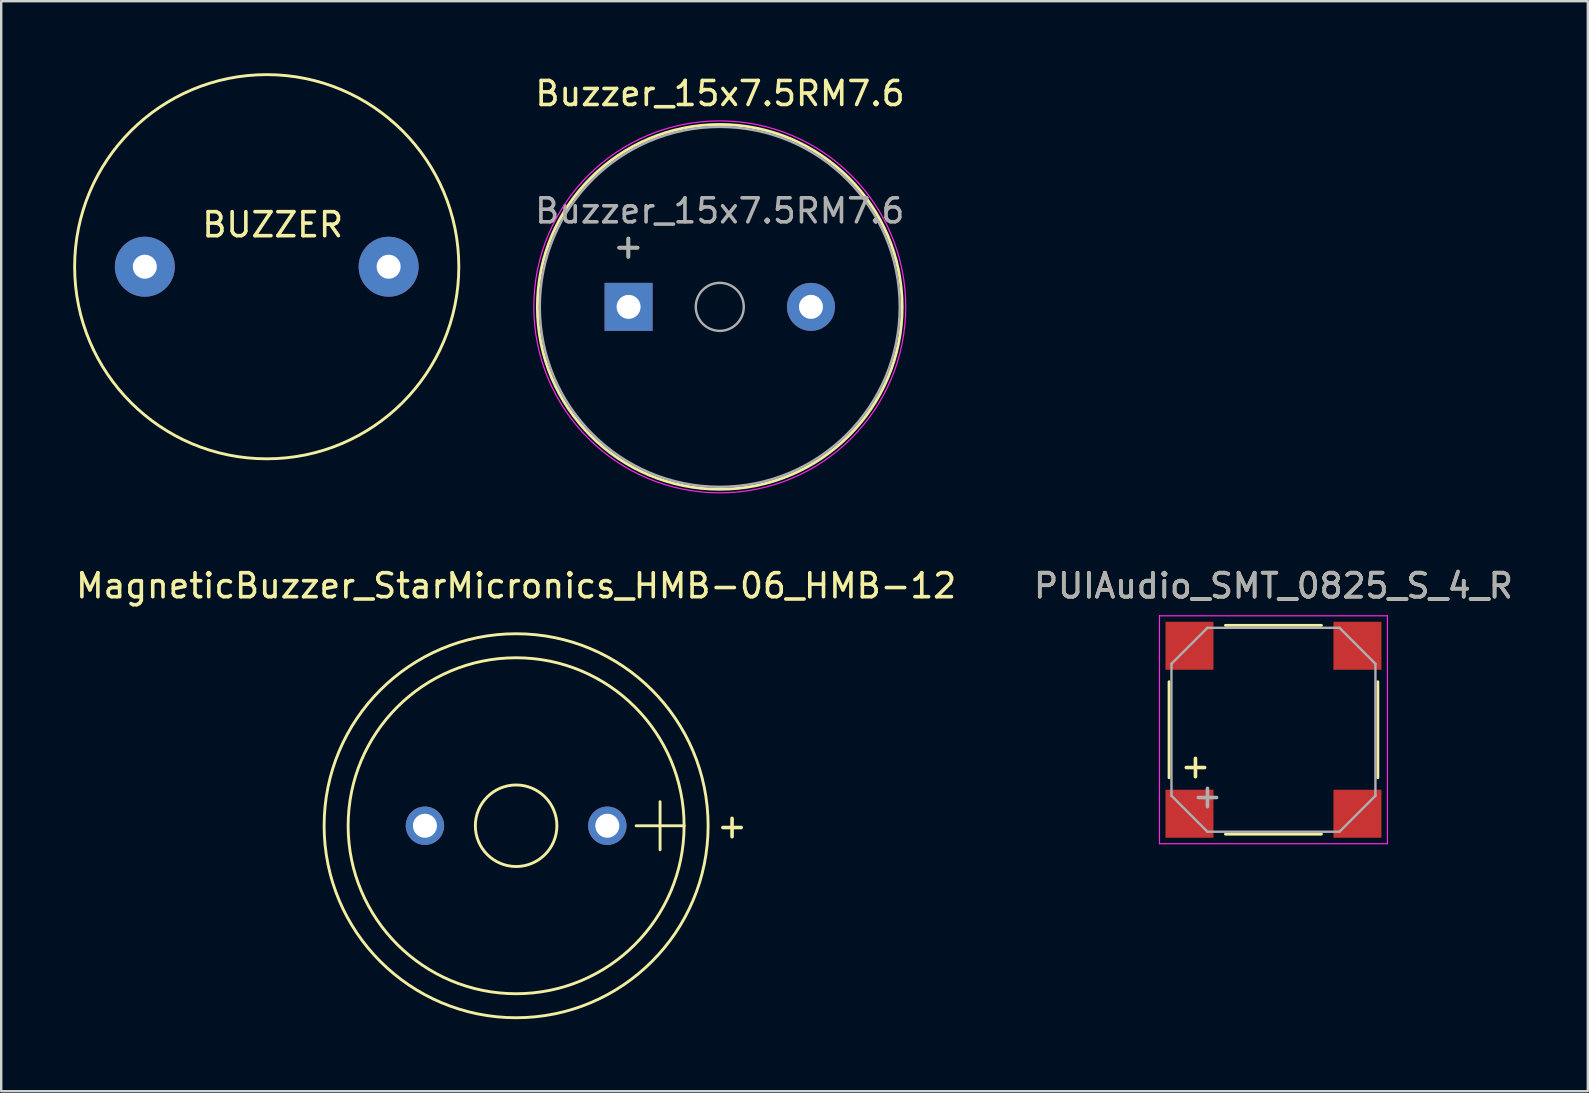
<source format=kicad_pcb>
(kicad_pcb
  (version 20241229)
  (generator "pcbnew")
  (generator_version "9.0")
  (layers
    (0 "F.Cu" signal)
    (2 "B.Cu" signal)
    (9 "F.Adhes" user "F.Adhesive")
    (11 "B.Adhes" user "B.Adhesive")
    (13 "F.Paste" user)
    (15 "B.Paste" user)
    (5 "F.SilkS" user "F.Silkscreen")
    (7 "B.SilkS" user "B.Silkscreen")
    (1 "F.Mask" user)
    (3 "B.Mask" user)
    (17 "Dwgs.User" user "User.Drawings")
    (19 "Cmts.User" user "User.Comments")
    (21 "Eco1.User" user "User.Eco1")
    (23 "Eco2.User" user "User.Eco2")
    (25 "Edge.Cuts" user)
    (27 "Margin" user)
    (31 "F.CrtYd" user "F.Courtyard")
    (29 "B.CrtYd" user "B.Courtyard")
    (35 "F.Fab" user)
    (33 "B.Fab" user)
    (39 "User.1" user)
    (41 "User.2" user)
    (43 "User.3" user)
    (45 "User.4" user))
  (footprint "MagneticBuzzer_StarMicronics_HMB-06_HMB-12"
    (layer "F.Cu")
    (at 14.648 31.361)
    (property "Reference" "MagneticBuzzer_StarMicronics_HMB-06_HMB-12" (at 3.81 -10 0) (layer "F.SilkS") (effects (font (size 1 1) (thickness 0.15))))
    (attr through_hole)
    (fp_line (start 8.811 0) (end 10.81 0) (stroke (width 0.12) (type solid)) (layer "F.SilkS"))
    (fp_line (start 9.809 -1.001) (end 9.809 1.001) (stroke (width 0.12) (type solid)) (layer "F.SilkS"))
    (fp_circle (center 3.81 0) (end 5.509 0) (stroke (width 0.12) (type solid)) (fill no) (layer "F.SilkS"))
    (fp_circle (center 3.81 0) (end 10.81 0) (stroke (width 0.12) (type solid)) (fill no) (layer "F.SilkS"))
    (fp_circle (center 3.81 0) (end 11.811 0) (stroke (width 0.12) (type solid)) (fill no) (layer "F.SilkS"))
    (fp_text user "+" (at 12.809 0 0) (layer "F.SilkS") (effects (font (size 1 1) (thickness 0.15))))
    (pad "1" thru_hole circle (at 0.01 0) (size 1.6 1.6) (drill 1.001) (layers "*.Cu" "*.Mask"))
    (pad "2" thru_hole circle (at 7.61 0) (size 1.6 1.6) (drill 1.001) (layers "*.Cu" "*.Mask")))
  (footprint "PUIAudio_SMT_0825_S_4_R"
    (layer "F.Cu")
    (at 50.018 27.361)
    (property "Reference" "PUIAudio_SMT_0825_S_4_R" (at 0 -6 0) (layer "F.SilkS") (effects (font (size 1 1) (thickness 0.15))))
    (attr smd)
    (fp_line (start -4.35 -2) (end -4.35 2) (stroke (width 0.12) (type solid)) (layer "F.SilkS"))
    (fp_line (start -2 4.35) (end 2 4.35) (stroke (width 0.12) (type solid)) (layer "F.SilkS"))
    (fp_line (start 2 -4.35) (end -2 -4.35) (stroke (width 0.12) (type solid)) (layer "F.SilkS"))
    (fp_line (start 4.35 2) (end 4.35 -2) (stroke (width 0.12) (type solid)) (layer "F.SilkS"))
    (fp_line (start -4.75 -4.75) (end 4.75 -4.75) (stroke (width 0.05) (type solid)) (layer "F.CrtYd"))
    (fp_line (start -4.75 4.75) (end -4.75 -4.75) (stroke (width 0.05) (type solid)) (layer "F.CrtYd"))
    (fp_line (start 4.75 -4.75) (end 4.75 4.75) (stroke (width 0.05) (type solid)) (layer "F.CrtYd"))
    (fp_line (start 4.75 4.75) (end -4.75 4.75) (stroke (width 0.05) (type solid)) (layer "F.CrtYd"))
    (fp_line (start -4.25 -2.75) (end -2.75 -4.25) (stroke (width 0.1) (type solid)) (layer "F.Fab"))
    (fp_line (start -4.25 2.75) (end -4.25 -2.75) (stroke (width 0.1) (type solid)) (layer "F.Fab"))
    (fp_line (start -2.75 -4.25) (end 2.75 -4.25) (stroke (width 0.1) (type solid)) (layer "F.Fab"))
    (fp_line (start -2.75 4.25) (end -4.25 2.75) (stroke (width 0.1) (type solid)) (layer "F.Fab"))
    (fp_line (start 2.75 -4.25) (end 4.25 -2.75) (stroke (width 0.1) (type solid)) (layer "F.Fab"))
    (fp_line (start 2.75 4.25) (end -2.75 4.25) (stroke (width 0.1) (type solid)) (layer "F.Fab"))
    (fp_line (start 4.25 -2.75) (end 4.25 2.75) (stroke (width 0.1) (type solid)) (layer "F.Fab"))
    (fp_line (start 4.25 2.75) (end 2.75 4.25) (stroke (width 0.1) (type solid)) (layer "F.Fab"))
    (fp_text user "+" (at -3.25 1.5 0) (layer "F.SilkS") (effects (font (size 1 1) (thickness 0.15))))
    (fp_text user "${REFERENCE}" (at 0 -6 0) (layer "F.Fab") (effects (font (size 1 1) (thickness 0.15))))
    (fp_text user "+" (at -2.75 2.75 0) (layer "F.Fab") (effects (font (size 1 1) (thickness 0.15))))
    (pad "1" smd rect (at -3.5 3.5) (size 2 2) (layers "F.Cu" "F.Mask" "F.Paste"))
    (pad "2" smd rect (at 3.5 3.5) (size 2 2) (layers "F.Cu" "F.Mask" "F.Paste"))
    (pad "3" smd rect (at 3.5 -3.5) (size 2 2) (layers "F.Cu" "F.Mask" "F.Paste"))
    (pad "4" smd rect (at -3.5 -3.5) (size 2 2) (layers "F.Cu" "F.Mask" "F.Paste")))
  (footprint "Buzzer_15x7.5RM7.6"
    (layer "F.Cu")
    (at 23.145 9.738)
    (property "Reference" "Buzzer_15x7.5RM7.6" (at 3.81 -8.89 0) (layer "F.SilkS") (effects (font (size 1 1) (thickness 0.15))))
    (attr through_hole)
    (fp_circle (center 3.8 0) (end 11.4 0) (stroke (width 0.12) (type solid)) (fill no) (layer "F.SilkS"))
    (fp_circle (center 3.8 0) (end 11.55 0) (stroke (width 0.05) (type solid)) (fill no) (layer "F.CrtYd"))
    (fp_circle (center 3.8 0) (end 4.8 0) (stroke (width 0.1) (type solid)) (fill no) (layer "F.Fab"))
    (fp_circle (center 3.8 0) (end 11.3 0) (stroke (width 0.1) (type solid)) (fill no) (layer "F.Fab"))
    (fp_text user "+" (at -0.01 -2.54 0) (layer "F.SilkS") (effects (font (size 1 1) (thickness 0.15))))
    (fp_text user "${REFERENCE}" (at 3.8 -4 0) (layer "F.Fab") (effects (font (size 1 1) (thickness 0.15))))
    (fp_text user "+" (at -0.01 -2.54 0) (layer "F.Fab") (effects (font (size 1 1) (thickness 0.15))))
    (pad "1" thru_hole rect (at 0 0) (size 2 2) (drill 1) (layers "*.Cu" "*.Mask"))
    (pad "2" thru_hole circle (at 7.6 0) (size 2 2) (drill 1) (layers "*.Cu" "*.Mask")))
  (footprint "BUZZER"
    (layer "F.Cu")
    (at 8.065 8.065)
    (property "Reference" "BUZZER" (at 0.249 -1.75 0) (layer "F.SilkS") (effects (font (size 1 1) (thickness 0.15))))
    (attr through_hole)
    (fp_circle (center 0 0) (end 8.001 0.249) (stroke (width 0.12) (type solid)) (fill no) (layer "F.SilkS"))
    (pad "1" thru_hole circle (at -5.08 0) (size 2.499 2.499) (drill 1.001) (layers "*.Cu" "*.Mask"))
    (pad "2" thru_hole circle (at 5.08 0) (size 2.499 2.499) (drill 1.001) (layers "*.Cu" "*.Mask")))
  (gr_rect
    (start -3 -3)
    (end 63.119 42.422)
    (stroke (width 0.1) (type default))
    (fill no)
    (layer "Edge.Cuts")))
</source>
